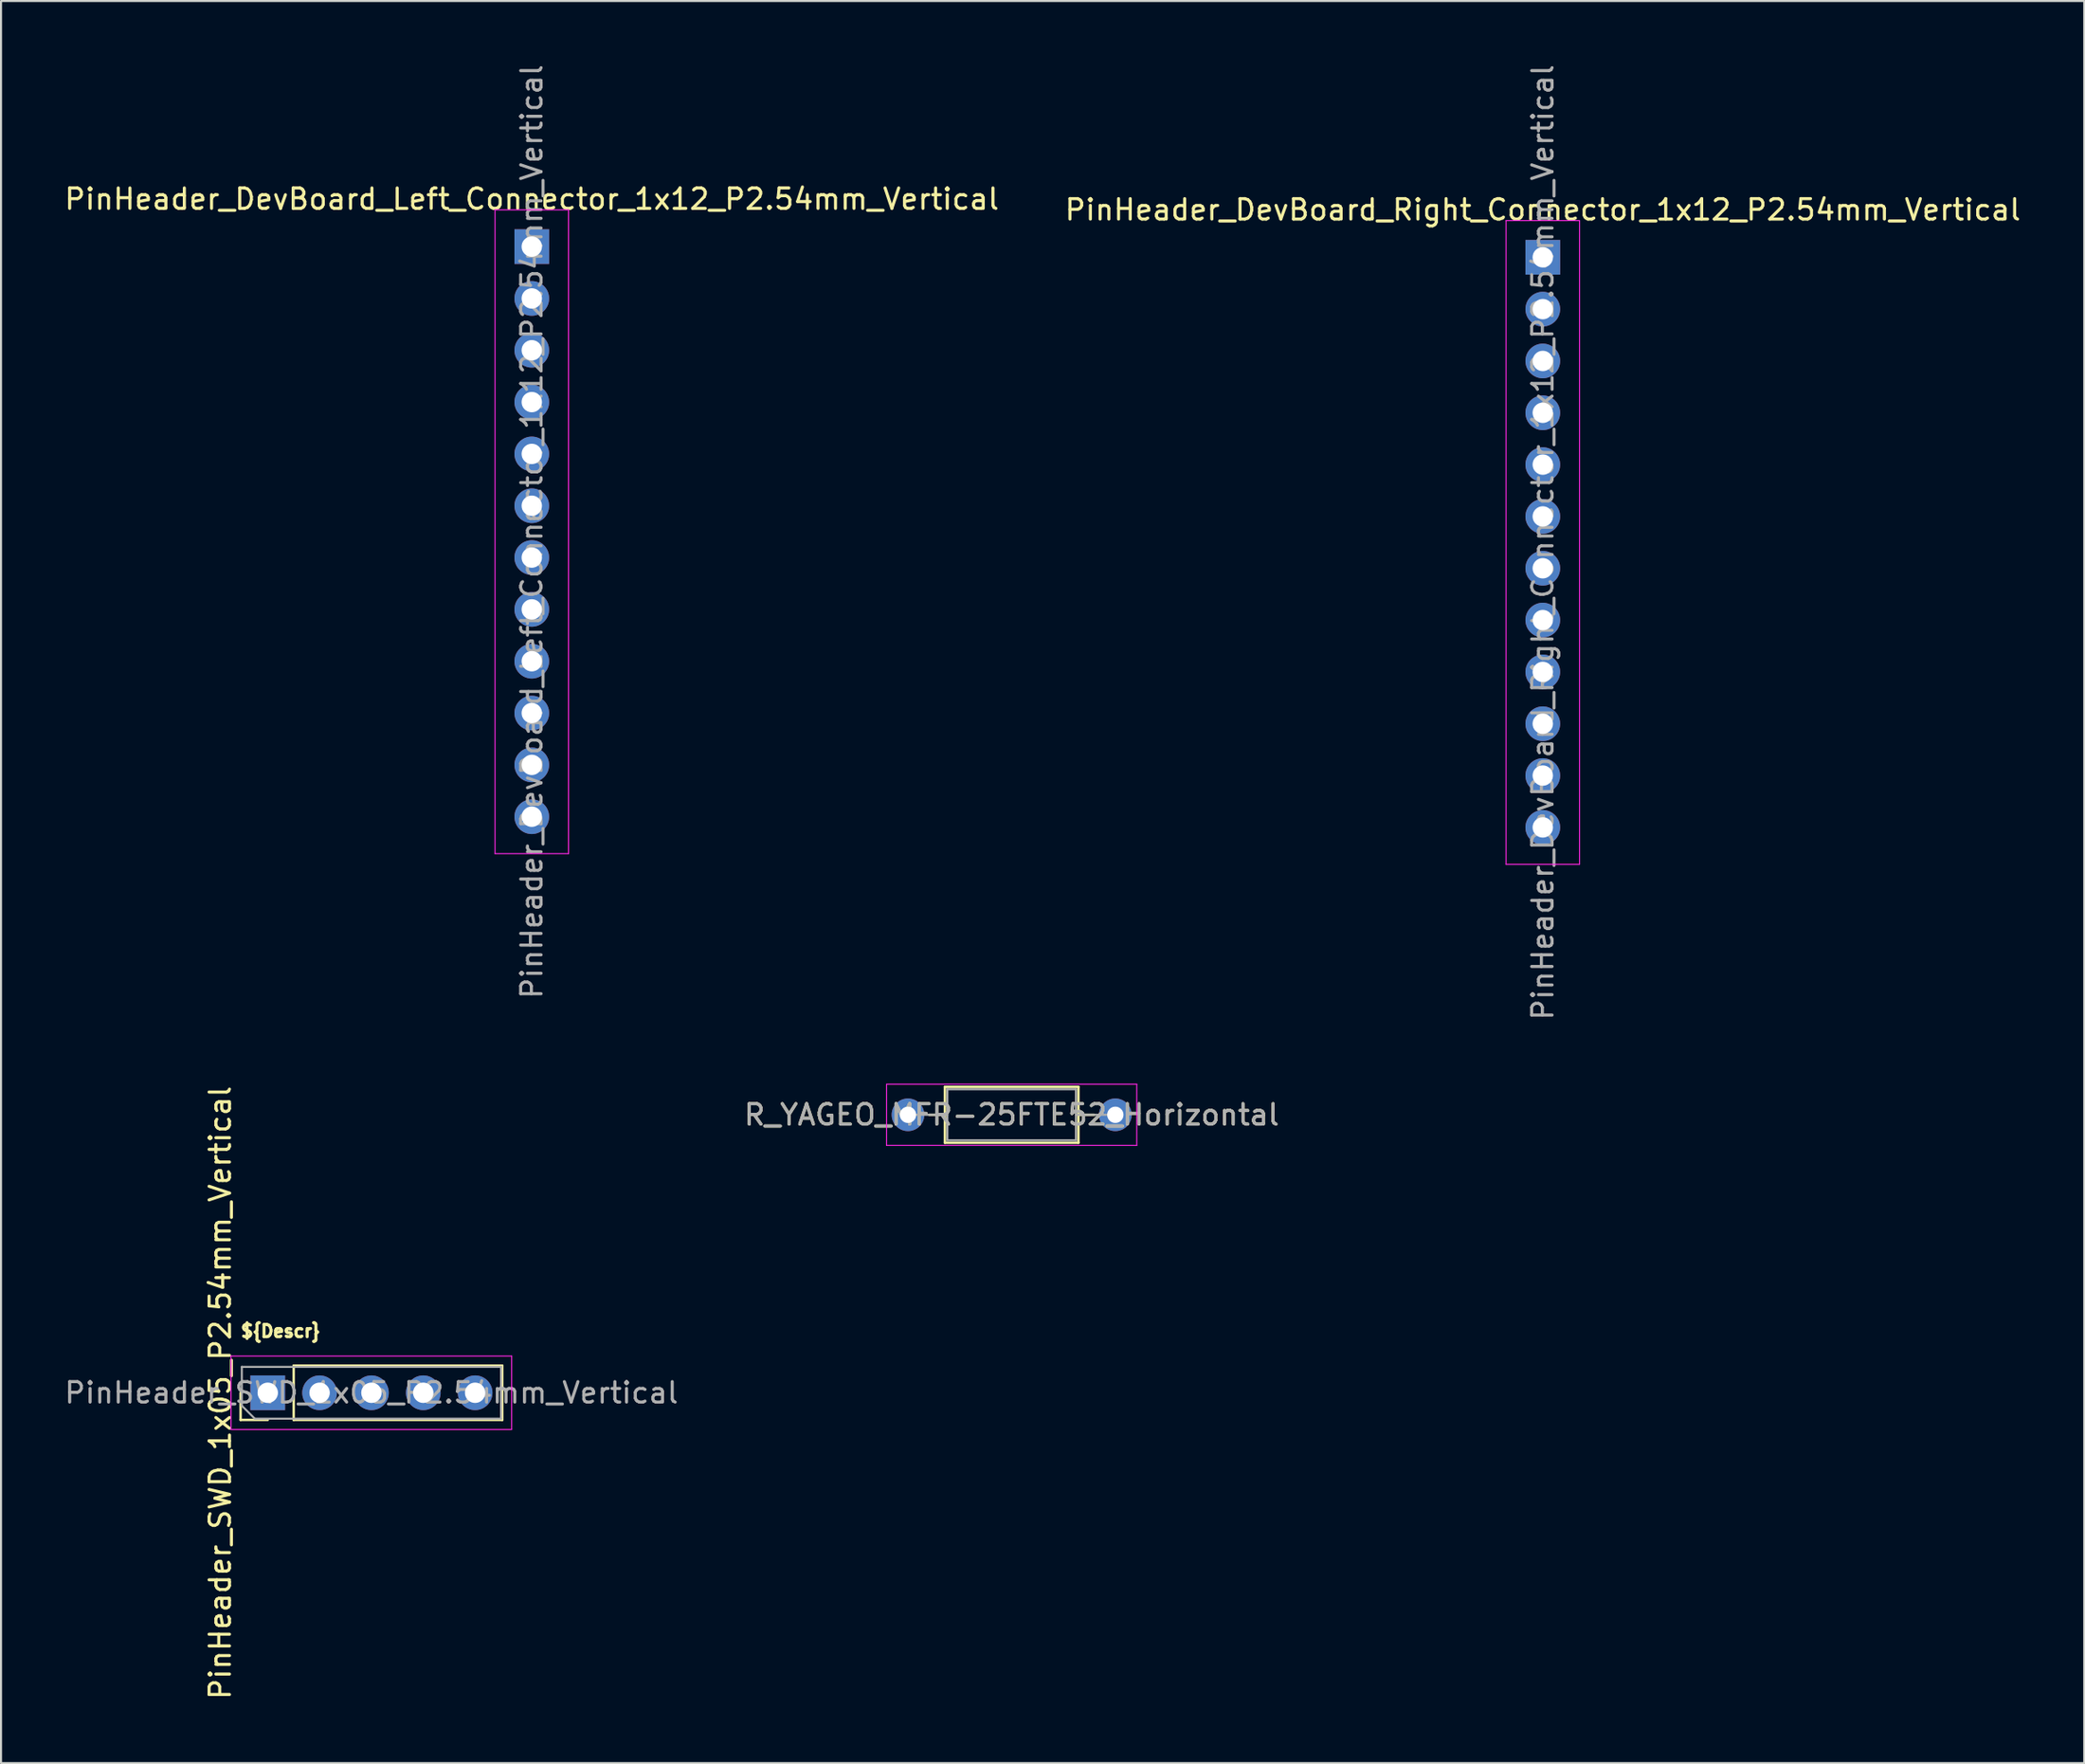
<source format=kicad_pcb>
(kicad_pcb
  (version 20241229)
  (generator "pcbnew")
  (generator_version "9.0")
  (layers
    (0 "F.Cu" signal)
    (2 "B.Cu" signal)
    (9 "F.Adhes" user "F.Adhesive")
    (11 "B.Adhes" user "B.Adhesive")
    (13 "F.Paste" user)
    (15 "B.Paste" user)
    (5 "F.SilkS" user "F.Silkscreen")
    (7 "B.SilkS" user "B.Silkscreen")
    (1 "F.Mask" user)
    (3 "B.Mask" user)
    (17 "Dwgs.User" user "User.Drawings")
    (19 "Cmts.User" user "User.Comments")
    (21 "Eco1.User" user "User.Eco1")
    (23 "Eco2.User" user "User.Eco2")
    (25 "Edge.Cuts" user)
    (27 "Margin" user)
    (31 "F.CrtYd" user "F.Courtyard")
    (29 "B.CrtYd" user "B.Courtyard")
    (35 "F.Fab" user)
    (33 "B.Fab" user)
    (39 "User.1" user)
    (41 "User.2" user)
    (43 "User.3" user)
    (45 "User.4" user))
  (footprint "R_YAGEO_MFR-25FTE52_Horizontal"
    (layer "F.Cu")
    (at 41.438 51.585)
    (property "Reference" "R_YAGEO_MFR-25FTE52_Horizontal" (at 5.08 0 0) (layer "F.SilkS") (effects (font (size 1 1) (thickness 0.15))))
    (attr through_hole)
    (fp_line (start 1.04 0) (end 1.81 0) (stroke (width 0.12) (type solid)) (layer "F.SilkS"))
    (fp_line (start 1.81 -1.37) (end 1.81 1.37) (stroke (width 0.12) (type solid)) (layer "F.SilkS"))
    (fp_line (start 1.81 1.37) (end 8.35 1.37) (stroke (width 0.12) (type solid)) (layer "F.SilkS"))
    (fp_line (start 8.35 -1.37) (end 1.81 -1.37) (stroke (width 0.12) (type solid)) (layer "F.SilkS"))
    (fp_line (start 8.35 1.37) (end 8.35 -1.37) (stroke (width 0.12) (type solid)) (layer "F.SilkS"))
    (fp_line (start 9.12 0) (end 8.35 0) (stroke (width 0.12) (type solid)) (layer "F.SilkS"))
    (fp_line (start -1.05 -1.5) (end -1.05 1.5) (stroke (width 0.05) (type solid)) (layer "F.CrtYd"))
    (fp_line (start -1.05 1.5) (end 11.21 1.5) (stroke (width 0.05) (type solid)) (layer "F.CrtYd"))
    (fp_line (start 11.21 -1.5) (end -1.05 -1.5) (stroke (width 0.05) (type solid)) (layer "F.CrtYd"))
    (fp_line (start 11.21 1.5) (end 11.21 -1.5) (stroke (width 0.05) (type solid)) (layer "F.CrtYd"))
    (fp_line (start 0 0) (end 1.93 0) (stroke (width 0.1) (type solid)) (layer "F.Fab"))
    (fp_line (start 1.93 -1.25) (end 1.93 1.25) (stroke (width 0.1) (type solid)) (layer "F.Fab"))
    (fp_line (start 1.93 1.25) (end 8.23 1.25) (stroke (width 0.1) (type solid)) (layer "F.Fab"))
    (fp_line (start 8.23 -1.25) (end 1.93 -1.25) (stroke (width 0.1) (type solid)) (layer "F.Fab"))
    (fp_line (start 8.23 1.25) (end 8.23 -1.25) (stroke (width 0.1) (type solid)) (layer "F.Fab"))
    (fp_line (start 10.16 0) (end 8.23 0) (stroke (width 0.1) (type solid)) (layer "F.Fab"))
    (fp_text user "${REFERENCE}" (at 5.08 0 0) (layer "F.Fab") (effects (font (size 1 1) (thickness 0.15))))
    (pad "1" thru_hole circle (at 0 0) (size 1.6 1.6) (drill 0.8) (layers "*.Cu" "*.Mask"))
    (pad "2" thru_hole oval (at 10.16 0) (size 1.6 1.6) (drill 0.8) (layers "*.Cu" "*.Mask")))
  (footprint "PinHeader_SWD_1x05_P2.54mm_Vertical"
    (layer "F.Cu")
    (at 10.069 65.208)
    (property "Reference" "PinHeader_SWD_1x05_P2.54mm_Vertical" (at -2.33 0 90) (layer "F.SilkS") (effects (font (size 1 1) (thickness 0.15))))
    (attr through_hole)
    (fp_line (start -1.33 1.33) (end -1.33 0) (stroke (width 0.12) (type solid)) (layer "F.SilkS"))
    (fp_line (start 0 1.33) (end -1.33 1.33) (stroke (width 0.12) (type solid)) (layer "F.SilkS"))
    (fp_line (start 1.27 -1.33) (end 11.49 -1.33) (stroke (width 0.12) (type solid)) (layer "F.SilkS"))
    (fp_line (start 1.27 1.33) (end 1.27 -1.33) (stroke (width 0.12) (type solid)) (layer "F.SilkS"))
    (fp_line (start 1.27 1.33) (end 11.49 1.33) (stroke (width 0.12) (type solid)) (layer "F.SilkS"))
    (fp_line (start 11.49 1.33) (end 11.49 -1.33) (stroke (width 0.12) (type solid)) (layer "F.SilkS"))
    (fp_line (start -1.8 -1.8) (end -1.8 1.8) (stroke (width 0.05) (type solid)) (layer "F.CrtYd"))
    (fp_line (start -1.8 1.8) (end 11.95 1.8) (stroke (width 0.05) (type solid)) (layer "F.CrtYd"))
    (fp_line (start 11.95 -1.8) (end -1.8 -1.8) (stroke (width 0.05) (type solid)) (layer "F.CrtYd"))
    (fp_line (start 11.95 1.8) (end 11.95 -1.8) (stroke (width 0.05) (type solid)) (layer "F.CrtYd"))
    (fp_line (start -1.27 -1.27) (end 11.43 -1.27) (stroke (width 0.1) (type solid)) (layer "F.Fab"))
    (fp_line (start -1.27 0.635) (end -1.27 -1.27) (stroke (width 0.1) (type solid)) (layer "F.Fab"))
    (fp_line (start -0.635 1.27) (end -1.27 0.635) (stroke (width 0.1) (type solid)) (layer "F.Fab"))
    (fp_line (start 11.43 -1.27) (end 11.43 1.27) (stroke (width 0.1) (type solid)) (layer "F.Fab"))
    (fp_line (start 11.43 1.27) (end -0.635 1.27) (stroke (width 0.1) (type solid)) (layer "F.Fab"))
    (fp_text user "${NET_NAME(1)}" (at 0 -1.651 0) (unlocked yes) (layer "F.SilkS") (effects (font (size 0.6 0.6) (thickness 0.15) (bold yes)) (justify bottom)))
    (fp_text user "${NET_NAME(2)}" (at 2.54 -1.651 0) (unlocked yes) (layer "F.SilkS") (effects (font (size 0.6 0.6) (thickness 0.15) (bold yes)) (justify bottom)))
    (fp_text user "${NET_NAME(5)}" (at 10.16 -1.651 0) (unlocked yes) (layer "F.SilkS") (effects (font (size 0.6 0.6) (thickness 0.15) (bold yes)) (justify bottom)))
    (fp_text user "${Descr}" (at -1.397 -2.667 0) (unlocked yes) (layer "F.SilkS") (effects (font (size 0.6 0.6) (thickness 0.15) (bold yes)) (justify left bottom)))
    (fp_text user "${NET_NAME(4)}" (at 7.62 -1.651 0) (unlocked yes) (layer "F.SilkS") (effects (font (size 0.6 0.6) (thickness 0.15) (bold yes)) (justify bottom)))
    (fp_text user "${NET_NAME(3)}" (at 5.08 -1.651 0) (unlocked yes) (layer "F.SilkS") (effects (font (size 0.6 0.6) (thickness 0.15) (bold yes)) (justify bottom)))
    (fp_text user "${REFERENCE}" (at 5.08 0 180) (layer "F.Fab") (effects (font (size 1 1) (thickness 0.15))))
    (pad "1" thru_hole rect (at 0 0 90) (size 1.7 1.7) (drill 1) (layers "*.Cu" "*.Mask"))
    (pad "2" thru_hole oval (at 2.54 0 90) (size 1.7 1.7) (drill 1) (layers "*.Cu" "*.Mask"))
    (pad "3" thru_hole oval (at 5.08 0 90) (size 1.7 1.7) (drill 1) (layers "*.Cu" "*.Mask"))
    (pad "4" thru_hole oval (at 7.62 0 90) (size 1.7 1.7) (drill 1) (layers "*.Cu" "*.Mask"))
    (pad "5" thru_hole oval (at 10.16 0 90) (size 1.7 1.7) (drill 1) (layers "*.Cu" "*.Mask")))
  (footprint "PinHeader_DevBoard_Left_Connector_1x12_P2.54mm_Vertical"
    (layer "F.Cu")
    (at 23.006 9.036)
    (property "Reference" "PinHeader_DevBoard_Left_Connector_1x12_P2.54mm_Vertical" (at 0 -2.33 0) (layer "F.SilkS") (effects (font (size 1 1) (thickness 0.15))))
    (attr through_hole)
    (fp_line (start -1.8 -1.8) (end -1.8 29.75) (stroke (width 0.05) (type solid)) (layer "F.CrtYd"))
    (fp_line (start -1.8 29.75) (end 1.8 29.75) (stroke (width 0.05) (type solid)) (layer "F.CrtYd"))
    (fp_line (start 1.8 -1.8) (end -1.8 -1.8) (stroke (width 0.05) (type solid)) (layer "F.CrtYd"))
    (fp_line (start 1.8 29.75) (end 1.8 -1.8) (stroke (width 0.05) (type solid)) (layer "F.CrtYd"))
    (fp_text user "${NET_NAME(7)}" (at -0.508 14.478 45) (unlocked yes) (layer "B.SilkS") (effects (font (size 0.6 0.6) (thickness 0.15) (bold yes)) (justify bottom mirror)))
    (fp_text user "${NET_NAME(5)}" (at -0.508 9.398 45) (unlocked yes) (layer "B.SilkS") (effects (font (size 0.6 0.6) (thickness 0.15) (bold yes)) (justify bottom mirror)))
    (fp_text user "${NET_NAME(4)}" (at -0.508 6.858 45) (unlocked yes) (layer "B.SilkS") (effects (font (size 0.6 0.6) (thickness 0.15) (bold yes)) (justify bottom mirror)))
    (fp_text user "${NET_NAME(11)}" (at -0.508 24.638 45) (unlocked yes) (layer "B.SilkS") (effects (font (size 0.6 0.6) (thickness 0.15) (bold yes)) (justify bottom mirror)))
    (fp_text user "${NET_NAME(10)}" (at -0.508 22.098 45) (unlocked yes) (layer "B.SilkS") (effects (font (size 0.6 0.6) (thickness 0.15) (bold yes)) (justify bottom mirror)))
    (fp_text user "${NET_NAME(3)}" (at -0.508 4.318 45) (unlocked yes) (layer "B.SilkS") (effects (font (size 0.6 0.6) (thickness 0.15) (bold yes)) (justify bottom mirror)))
    (fp_text user "${NET_NAME(8)}" (at -0.508 17.018 45) (unlocked yes) (layer "B.SilkS") (effects (font (size 0.6 0.6) (thickness 0.15) (bold yes)) (justify bottom mirror)))
    (fp_text user "${NET_NAME(9)}" (at -0.508 19.558 45) (unlocked yes) (layer "B.SilkS") (effects (font (size 0.6 0.6) (thickness 0.15) (bold yes)) (justify bottom mirror)))
    (fp_text user "${NET_NAME(6)}" (at -0.508 11.938 45) (unlocked yes) (layer "B.SilkS") (effects (font (size 0.6 0.6) (thickness 0.15) (bold yes)) (justify bottom mirror)))
    (fp_text user "${NET_NAME(2)}" (at -0.508 1.778 45) (unlocked yes) (layer "B.SilkS") (effects (font (size 0.6 0.6) (thickness 0.15) (bold yes)) (justify bottom mirror)))
    (fp_text user "${NET_NAME(12)}" (at -0.508 27.178 45) (unlocked yes) (layer "B.SilkS") (effects (font (size 0.6 0.6) (thickness 0.15) (bold yes)) (justify bottom mirror)))
    (fp_text user "${NET_NAME(1)}" (at -0.762 -1.016 45) (unlocked yes) (layer "B.SilkS") (effects (font (size 0.6 0.6) (thickness 0.15) (bold yes)) (justify bottom mirror)))
    (fp_text user "${REFERENCE}" (at 0 13.97 90) (layer "F.Fab") (effects (font (size 1 1) (thickness 0.15))))
    (pad "1" thru_hole rect (at 0 0) (size 1.7 1.7) (drill 1) (layers "*.Cu" "*.Mask"))
    (pad "2" thru_hole oval (at 0 2.54) (size 1.7 1.7) (drill 1) (layers "*.Cu" "*.Mask"))
    (pad "3" thru_hole oval (at 0 5.08) (size 1.7 1.7) (drill 1) (layers "*.Cu" "*.Mask"))
    (pad "4" thru_hole oval (at 0 7.62) (size 1.7 1.7) (drill 1) (layers "*.Cu" "*.Mask"))
    (pad "5" thru_hole oval (at 0 10.16) (size 1.7 1.7) (drill 1) (layers "*.Cu" "*.Mask"))
    (pad "6" thru_hole oval (at 0 12.7) (size 1.7 1.7) (drill 1) (layers "*.Cu" "*.Mask"))
    (pad "7" thru_hole oval (at 0 15.24) (size 1.7 1.7) (drill 1) (layers "*.Cu" "*.Mask"))
    (pad "8" thru_hole oval (at 0 17.78) (size 1.7 1.7) (drill 1) (layers "*.Cu" "*.Mask"))
    (pad "9" thru_hole oval (at 0 20.32) (size 1.7 1.7) (drill 1) (layers "*.Cu" "*.Mask"))
    (pad "10" thru_hole oval (at 0 22.86) (size 1.7 1.7) (drill 1) (layers "*.Cu" "*.Mask"))
    (pad "11" thru_hole oval (at 0 25.4) (size 1.7 1.7) (drill 1) (layers "*.Cu" "*.Mask"))
    (pad "12" thru_hole oval (at 0 27.94) (size 1.7 1.7) (drill 1) (layers "*.Cu" "*.Mask")))
  (footprint "PinHeader_DevBoard_Right_Connector_1x12_P2.54mm_Vertical"
    (layer "F.Cu")
    (at 72.542 9.56)
    (property "Reference" "PinHeader_DevBoard_Right_Connector_1x12_P2.54mm_Vertical" (at 0 -2.33 0) (layer "F.SilkS") (effects (font (size 1 1) (thickness 0.15))))
    (attr through_hole)
    (fp_line (start -1.8 -1.8) (end -1.8 29.75) (stroke (width 0.05) (type solid)) (layer "F.CrtYd"))
    (fp_line (start -1.8 29.75) (end 1.8 29.75) (stroke (width 0.05) (type solid)) (layer "F.CrtYd"))
    (fp_line (start 1.8 -1.8) (end -1.8 -1.8) (stroke (width 0.05) (type solid)) (layer "F.CrtYd"))
    (fp_line (start 1.8 29.75) (end 1.8 -1.8) (stroke (width 0.05) (type solid)) (layer "F.CrtYd"))
    (fp_text user "${NET_NAME(2)}" (at 0.508 1.778 315) (unlocked yes) (layer "B.SilkS") (effects (font (size 0.6 0.6) (thickness 0.15) (bold yes)) (justify bottom mirror)))
    (fp_text user "${NET_NAME(3)}" (at 0.508 4.318 315) (unlocked yes) (layer "B.SilkS") (effects (font (size 0.6 0.6) (thickness 0.15) (bold yes)) (justify bottom mirror)))
    (fp_text user "${NET_NAME(8)}" (at 0.508 17.018 315) (unlocked yes) (layer "B.SilkS") (effects (font (size 0.6 0.6) (thickness 0.15) (bold yes)) (justify bottom mirror)))
    (fp_text user "${NET_NAME(11)}" (at 0.508 24.638 315) (unlocked yes) (layer "B.SilkS") (effects (font (size 0.6 0.6) (thickness 0.15) (bold yes)) (justify bottom mirror)))
    (fp_text user "${NET_NAME(5)}" (at 0.508 9.398 315) (unlocked yes) (layer "B.SilkS") (effects (font (size 0.6 0.6) (thickness 0.15) (bold yes)) (justify bottom mirror)))
    (fp_text user "${NET_NAME(10)}" (at 0.508 22.098 315) (unlocked yes) (layer "B.SilkS") (effects (font (size 0.6 0.6) (thickness 0.15) (bold yes)) (justify bottom mirror)))
    (fp_text user "${NET_NAME(6)}" (at 0.508 11.938 315) (unlocked yes) (layer "B.SilkS") (effects (font (size 0.6 0.6) (thickness 0.15) (bold yes)) (justify bottom mirror)))
    (fp_text user "${NET_NAME(1)}" (at 0.762 -1.016 315) (unlocked yes) (layer "B.SilkS") (effects (font (size 0.6 0.6) (thickness 0.15) (bold yes)) (justify bottom mirror)))
    (fp_text user "${NET_NAME(4)}" (at 0.508 6.858 315) (unlocked yes) (layer "B.SilkS") (effects (font (size 0.6 0.6) (thickness 0.15) (bold yes)) (justify bottom mirror)))
    (fp_text user "${NET_NAME(12)}" (at 0.508 27.178 315) (unlocked yes) (layer "B.SilkS") (effects (font (size 0.6 0.6) (thickness 0.15) (bold yes)) (justify bottom mirror)))
    (fp_text user "${NET_NAME(7)}" (at 0.508 14.478 315) (unlocked yes) (layer "B.SilkS") (effects (font (size 0.6 0.6) (thickness 0.15) (bold yes)) (justify bottom mirror)))
    (fp_text user "${NET_NAME(9)}" (at 0.508 19.558 315) (unlocked yes) (layer "B.SilkS") (effects (font (size 0.6 0.6) (thickness 0.15) (bold yes)) (justify bottom mirror)))
    (fp_text user "${REFERENCE}" (at 0 13.97 90) (layer "F.Fab") (effects (font (size 1 1) (thickness 0.15))))
    (pad "1" thru_hole rect (at 0 0) (size 1.7 1.7) (drill 1) (layers "*.Cu" "*.Mask"))
    (pad "2" thru_hole oval (at 0 2.54) (size 1.7 1.7) (drill 1) (layers "*.Cu" "*.Mask"))
    (pad "3" thru_hole oval (at 0 5.08) (size 1.7 1.7) (drill 1) (layers "*.Cu" "*.Mask"))
    (pad "4" thru_hole oval (at 0 7.62) (size 1.7 1.7) (drill 1) (layers "*.Cu" "*.Mask"))
    (pad "5" thru_hole oval (at 0 10.16) (size 1.7 1.7) (drill 1) (layers "*.Cu" "*.Mask"))
    (pad "6" thru_hole oval (at 0 12.7) (size 1.7 1.7) (drill 1) (layers "*.Cu" "*.Mask"))
    (pad "7" thru_hole oval (at 0 15.24) (size 1.7 1.7) (drill 1) (layers "*.Cu" "*.Mask"))
    (pad "8" thru_hole oval (at 0 17.78) (size 1.7 1.7) (drill 1) (layers "*.Cu" "*.Mask"))
    (pad "9" thru_hole oval (at 0 20.32) (size 1.7 1.7) (drill 1) (layers "*.Cu" "*.Mask"))
    (pad "10" thru_hole oval (at 0 22.86) (size 1.7 1.7) (drill 1) (layers "*.Cu" "*.Mask"))
    (pad "11" thru_hole oval (at 0 25.4) (size 1.7 1.7) (drill 1) (layers "*.Cu" "*.Mask"))
    (pad "12" thru_hole oval (at 0 27.94) (size 1.7 1.7) (drill 1) (layers "*.Cu" "*.Mask")))
  (gr_rect
    (start -3 -3)
    (end 99.071 83.357)
    (stroke (width 0.1) (type default))
    (fill no)
    (layer "Edge.Cuts")))
</source>
